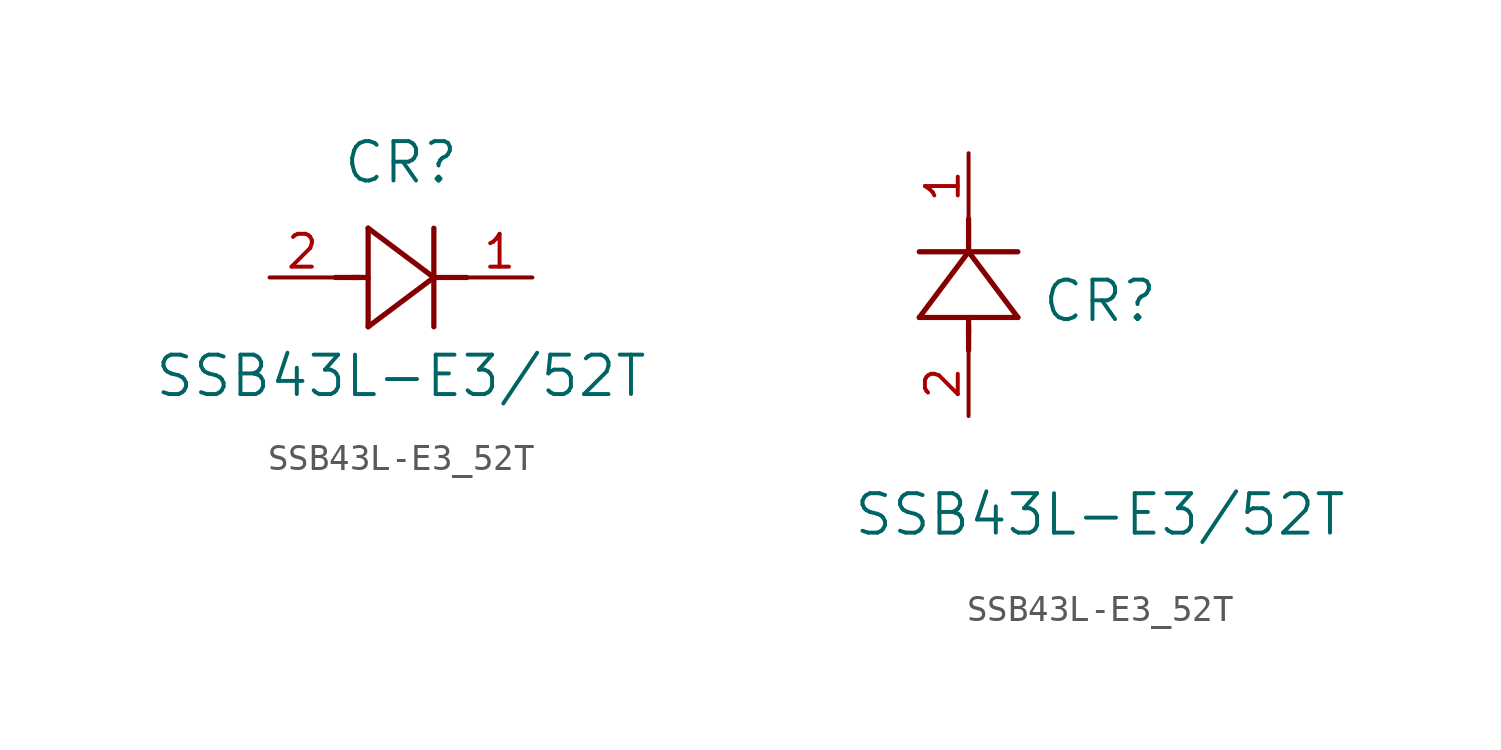
<source format=kicad_sym>
(kicad_symbol_lib
  (version 20211014)
  (generator kicad_symbol_editor)
  (symbol "SSB43L-E3_52T"
    (pin_names
      (offset 0.254))
    (property "Reference" "CR"
      (at 5.08 4.445 0)
      (effects (font (size 1.524 1.524))))
    (property "Value" "SSB43L-E3/52T"
      (at 5.08 -3.81 0)
      (effects (font (size 1.524 1.524))))
    (symbol "SSB43L-E3_52T_1_1"
      (polyline (pts (xy 2.54 0) (xy 3.48 0)) (stroke (width 0.203) (type default) (color 0 0 0 0)) (fill (type none)))
      (polyline (pts (xy 3.81 1.905) (xy 3.81 -1.905)) (stroke (width 0.203) (type default) (color 0 0 0 0)) (fill (type none)))
      (polyline (pts (xy 3.175 0) (xy 3.81 0)) (stroke (width 0.203) (type default) (color 0 0 0 0)) (fill (type none)))
      (polyline (pts (xy 6.35 -1.905) (xy 6.35 1.905)) (stroke (width 0.203) (type default) (color 0 0 0 0)) (fill (type none)))
      (polyline (pts (xy 6.35 0) (xy 7.62 0)) (stroke (width 0.203) (type default) (color 0 0 0 0)) (fill (type none)))
      (polyline (pts (xy 6.35 0) (xy 3.81 1.905)) (stroke (width 0.203) (type default) (color 0 0 0 0)) (fill (type none)))
      (polyline (pts (xy 3.81 -1.905) (xy 6.35 0)) (stroke (width 0.203) (type default) (color 0 0 0 0)) (fill (type none)))
      (pin unspecified line (at 0 0 0) (length 2.54) (name "" (effects (font (size 1.27 1.27)))) (number "2" (effects (font (size 1.27 1.27)))))
      (pin unspecified line (at 10.16 0 180) (length 2.54) (name "" (effects (font (size 1.27 1.27)))) (number "1" (effects (font (size 1.27 1.27))))))
    (symbol "SSB43L-E3_52T_1_2"
      (polyline (pts (xy 0 2.54) (xy 0 3.48)) (stroke (width 0.203) (type default) (color 0 0 0 0)) (fill (type none)))
      (polyline (pts (xy -1.905 3.81) (xy 1.905 3.81)) (stroke (width 0.203) (type default) (color 0 0 0 0)) (fill (type none)))
      (polyline (pts (xy 0 3.175) (xy 0 3.81)) (stroke (width 0.203) (type default) (color 0 0 0 0)) (fill (type none)))
      (polyline (pts (xy 1.905 6.35) (xy -1.905 6.35)) (stroke (width 0.203) (type default) (color 0 0 0 0)) (fill (type none)))
      (polyline (pts (xy 0 6.35) (xy 0 7.62)) (stroke (width 0.203) (type default) (color 0 0 0 0)) (fill (type none)))
      (polyline (pts (xy 0 6.35) (xy -1.905 3.81)) (stroke (width 0.203) (type default) (color 0 0 0 0)) (fill (type none)))
      (polyline (pts (xy 1.905 3.81) (xy 0 6.35)) (stroke (width 0.203) (type default) (color 0 0 0 0)) (fill (type none)))
      (pin unspecified line (at 0 0 90) (length 2.54) (name "" (effects (font (size 1.27 1.27)))) (number "2" (effects (font (size 1.27 1.27)))))
      (pin unspecified line (at 0 10.16 270) (length 2.54) (name "" (effects (font (size 1.27 1.27)))) (number "1" (effects (font (size 1.27 1.27))))))))
</source>
